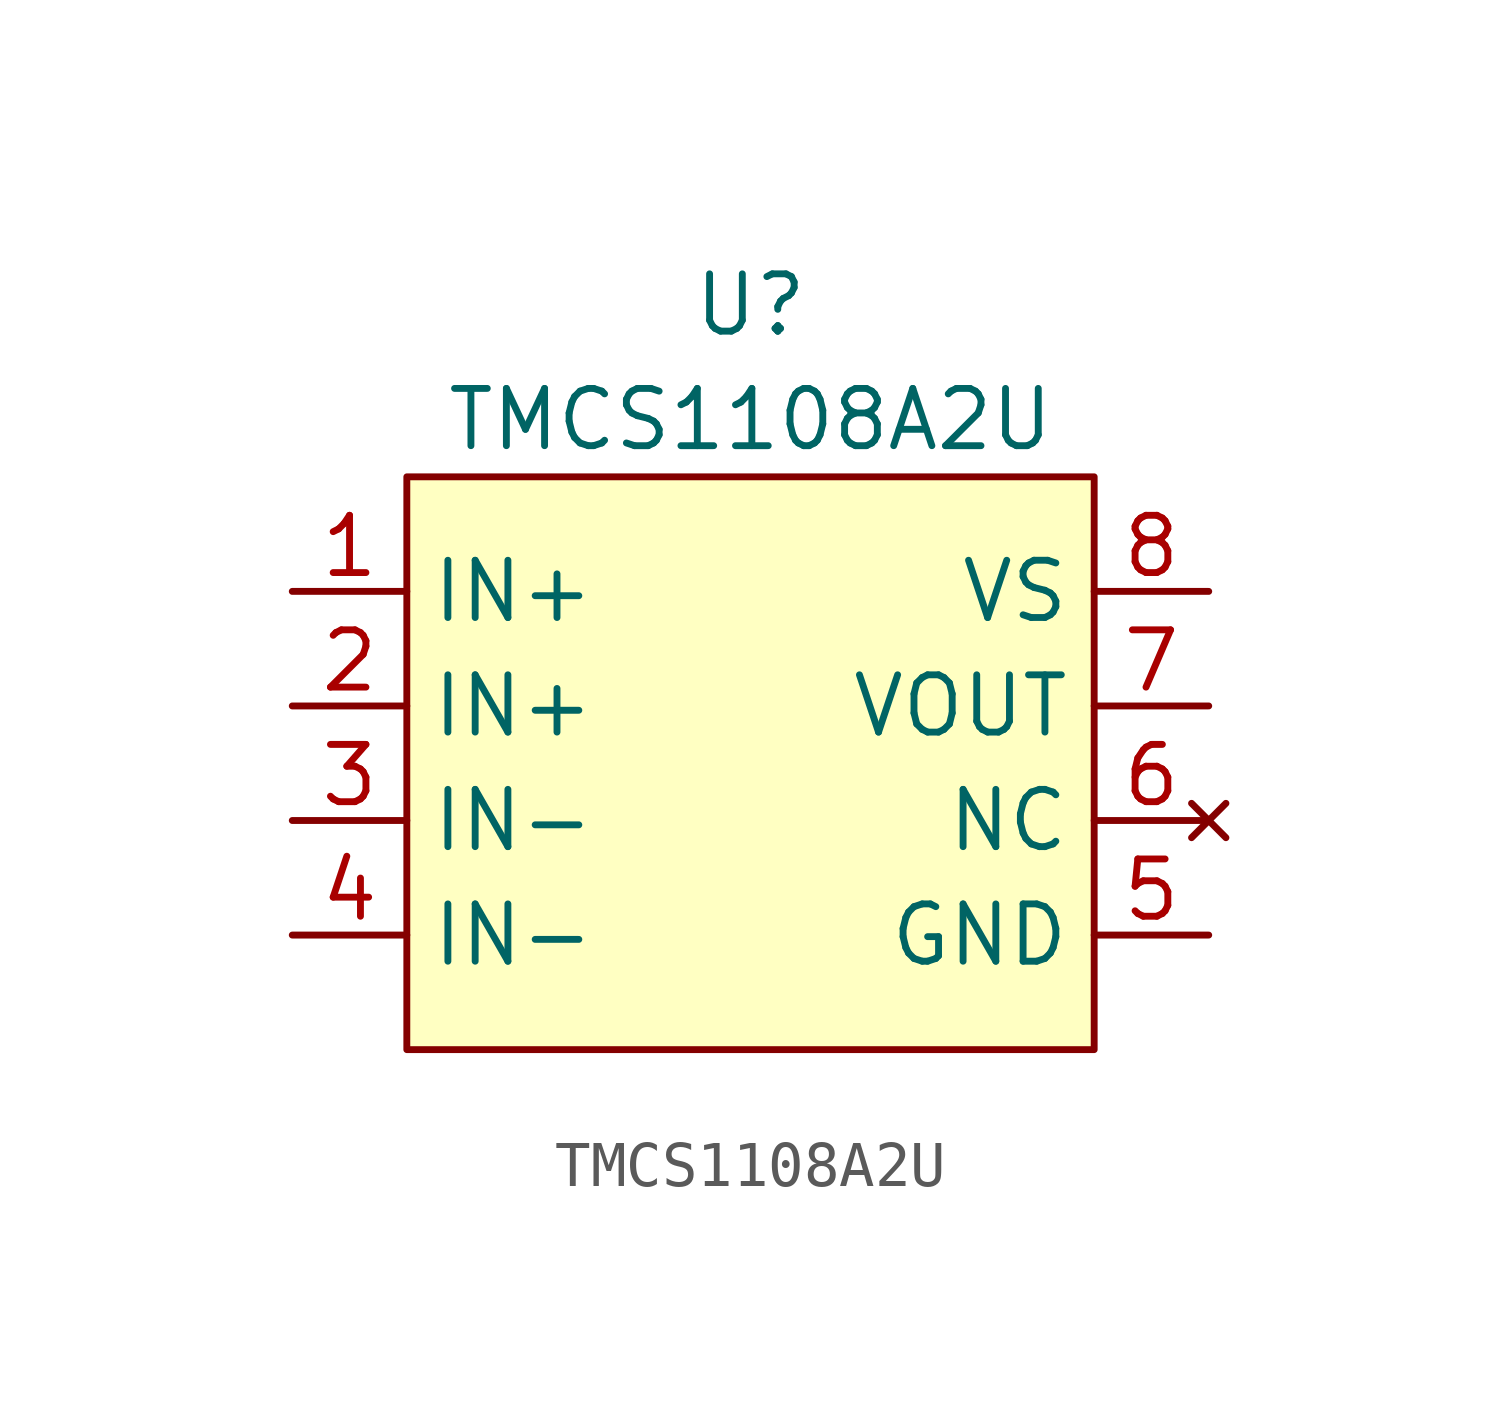
<source format=kicad_sym>
(kicad_symbol_lib
  (version 20211014)
  (generator kicad_symbol_editor)
  (symbol "TMCS1108A2U"
    (property "Reference" "U"
      (at 10.16 6.35 0)
      (effects (font (size 1.27 1.27))))
    (property "Value" "TMCS1108A2U"
      (at 10.16 3.81 0)
      (effects (font (size 1.27 1.27))))
    (symbol "TMCS1108A2U_0_0"
      (pin power_in line (at 0 0 0) (length 2.54) (name "IN+" (effects (font (size 1.27 1.27)))) (number "1" (effects (font (size 1.27 1.27)))))
      (pin power_in line (at 0 -2.54 0) (length 2.54) (name "IN+" (effects (font (size 1.27 1.27)))) (number "2" (effects (font (size 1.27 1.27)))))
      (pin power_out line (at 0 -5.08 0) (length 2.54) (name "IN-" (effects (font (size 1.27 1.27)))) (number "3" (effects (font (size 1.27 1.27)))))
      (pin power_out line (at 0 -7.62 0) (length 2.54) (name "IN-" (effects (font (size 1.27 1.27)))) (number "4" (effects (font (size 1.27 1.27)))))
      (pin power_in line (at 20.32 -7.62 180) (length 2.54) (name "GND" (effects (font (size 1.27 1.27)))) (number "5" (effects (font (size 1.27 1.27)))))
      (pin no_connect line (at 20.32 -5.08 180) (length 2.54) (name "NC" (effects (font (size 1.27 1.27)))) (number "6" (effects (font (size 1.27 1.27)))))
      (pin passive line (at 20.32 -2.54 180) (length 2.54) (name "VOUT" (effects (font (size 1.27 1.27)))) (number "7" (effects (font (size 1.27 1.27)))))
      (pin power_in line (at 20.32 0 180) (length 2.54) (name "VS" (effects (font (size 1.27 1.27)))) (number "8" (effects (font (size 1.27 1.27))))))
    (symbol "TMCS1108A2U_0_1"
      (rectangle (start 2.54 -10.16) (end 17.78 2.54) (stroke (width 0) (type default) (color 0 0 0 0)) (fill (type background))))))
</source>
